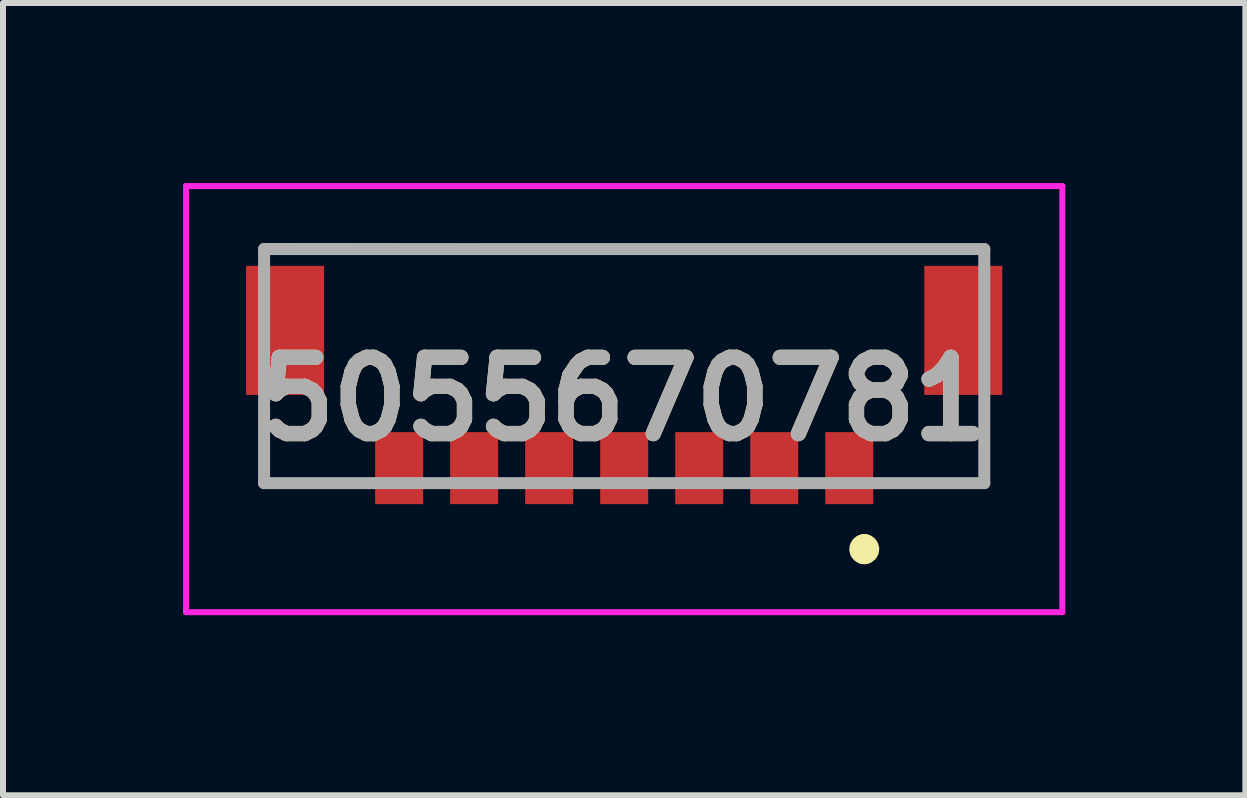
<source format=kicad_pcb>
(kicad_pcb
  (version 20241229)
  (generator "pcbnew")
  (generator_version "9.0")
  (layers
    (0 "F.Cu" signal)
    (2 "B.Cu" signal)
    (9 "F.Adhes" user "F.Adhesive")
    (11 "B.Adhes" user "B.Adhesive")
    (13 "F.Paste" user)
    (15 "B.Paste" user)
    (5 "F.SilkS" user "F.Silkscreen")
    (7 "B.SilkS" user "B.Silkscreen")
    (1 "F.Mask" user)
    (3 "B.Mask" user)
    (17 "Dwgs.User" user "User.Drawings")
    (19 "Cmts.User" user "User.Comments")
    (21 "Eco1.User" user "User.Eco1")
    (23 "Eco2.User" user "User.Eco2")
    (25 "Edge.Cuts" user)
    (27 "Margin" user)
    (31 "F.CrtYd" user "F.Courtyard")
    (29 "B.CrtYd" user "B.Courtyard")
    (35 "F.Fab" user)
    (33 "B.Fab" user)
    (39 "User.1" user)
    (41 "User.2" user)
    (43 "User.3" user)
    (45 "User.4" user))
  (footprint "5055670781"
    (layer "F.Cu")
    (at 7.35 3.05)
    (property "Reference" "5055670781" (at 0 0.55 0) (layer "F.SilkS") (effects (font (size 1.27 1.27) (thickness 0.254))))
    (attr smd)
    (fp_line (start -6 -2) (end 6 -1.95) (stroke (width 0.1) (type solid)) (layer "F.SilkS"))
    (fp_line (start -6 1) (end -6 1.95) (stroke (width 0.1) (type solid)) (layer "F.SilkS"))
    (fp_line (start -6 1.95) (end -4.5 1.95) (stroke (width 0.1) (type solid)) (layer "F.SilkS"))
    (fp_line (start 4 3) (end 4 3) (stroke (width 0.4) (type solid)) (layer "F.SilkS"))
    (fp_line (start 4 3.1) (end 4 3.1) (stroke (width 0.4) (type solid)) (layer "F.SilkS"))
    (fp_line (start 6 1) (end 6 1.95) (stroke (width 0.1) (type solid)) (layer "F.SilkS"))
    (fp_line (start 6 1.95) (end 4.5 1.95) (stroke (width 0.1) (type solid)) (layer "F.SilkS"))
    (fp_arc (start 4 3) (mid 4.05 3.05) (end 4 3.1) (stroke (width 0.4) (type solid)) (layer "F.SilkS"))
    (fp_arc (start 4 3.1) (mid 3.95 3.05) (end 4 3) (stroke (width 0.4) (type solid)) (layer "F.SilkS"))
    (fp_line (start -7.3 -3) (end 7.3 -3) (stroke (width 0.1) (type solid)) (layer "F.CrtYd"))
    (fp_line (start -7.3 4.1) (end -7.3 -3) (stroke (width 0.1) (type solid)) (layer "F.CrtYd"))
    (fp_line (start 7.3 -3) (end 7.3 4.1) (stroke (width 0.1) (type solid)) (layer "F.CrtYd"))
    (fp_line (start 7.3 4.1) (end -7.3 4.1) (stroke (width 0.1) (type solid)) (layer "F.CrtYd"))
    (fp_line (start -6 -1.95) (end 6 -1.95) (stroke (width 0.2) (type solid)) (layer "F.Fab"))
    (fp_line (start -6 1.95) (end -6 -1.95) (stroke (width 0.2) (type solid)) (layer "F.Fab"))
    (fp_line (start 6 -1.95) (end 6 1.95) (stroke (width 0.2) (type solid)) (layer "F.Fab"))
    (fp_line (start 6 1.95) (end -6 1.95) (stroke (width 0.2) (type solid)) (layer "F.Fab"))
    (fp_text user "${REFERENCE}" (at 0 0.55 0) (layer "F.Fab") (effects (font (size 1.27 1.27) (thickness 0.254))))
    (pad "1" smd rect (at 3.75 1.7) (size 0.8 1.2) (layers "F.Cu" "F.Mask" "F.Paste"))
    (pad "2" smd rect (at 2.5 1.7) (size 0.8 1.2) (layers "F.Cu" "F.Mask" "F.Paste"))
    (pad "3" smd rect (at 1.25 1.7) (size 0.8 1.2) (layers "F.Cu" "F.Mask" "F.Paste"))
    (pad "4" smd rect (at 0 1.7) (size 0.8 1.2) (layers "F.Cu" "F.Mask" "F.Paste"))
    (pad "5" smd rect (at -1.25 1.7) (size 0.8 1.2) (layers "F.Cu" "F.Mask" "F.Paste"))
    (pad "6" smd rect (at -2.5 1.7) (size 0.8 1.2) (layers "F.Cu" "F.Mask" "F.Paste"))
    (pad "7" smd rect (at -3.75 1.7) (size 0.8 1.2) (layers "F.Cu" "F.Mask" "F.Paste"))
    (pad "MP1" smd rect (at 5.65 -0.595) (size 1.3 2.15) (layers "F.Cu" "F.Mask" "F.Paste"))
    (pad "MP2" smd rect (at -5.65 -0.595) (size 1.3 2.15) (layers "F.Cu" "F.Mask" "F.Paste")))
  (gr_rect
    (start -3 -3)
    (end 17.7 10.2)
    (stroke (width 0.1) (type default))
    (fill no)
    (layer "Edge.Cuts")))
</source>
